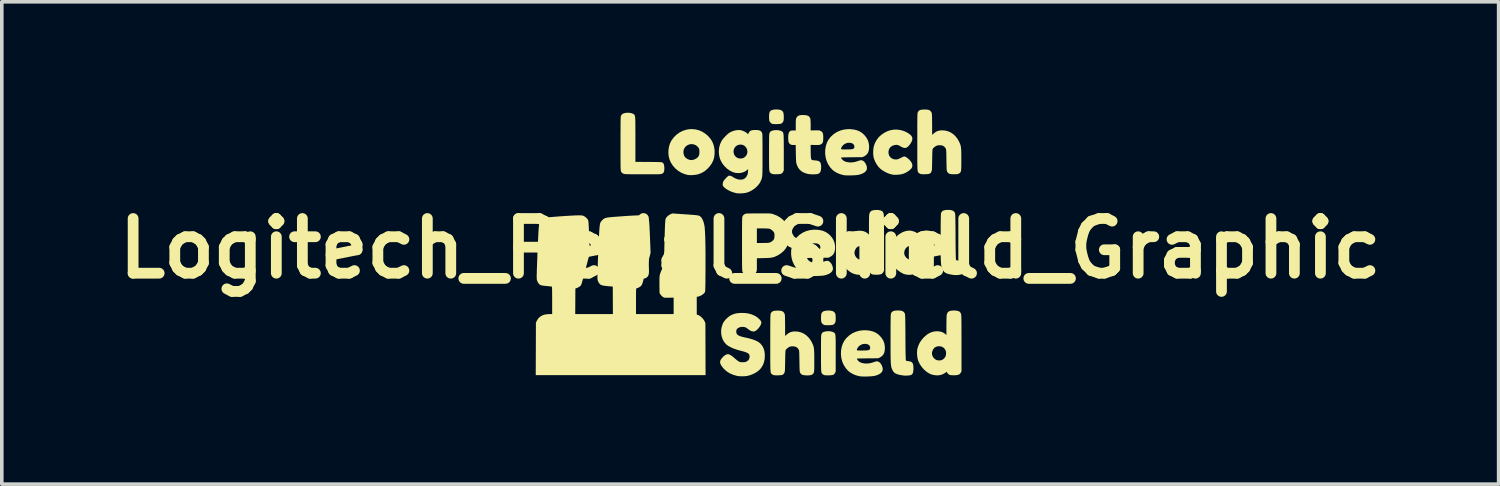
<source format=kicad_pcb>
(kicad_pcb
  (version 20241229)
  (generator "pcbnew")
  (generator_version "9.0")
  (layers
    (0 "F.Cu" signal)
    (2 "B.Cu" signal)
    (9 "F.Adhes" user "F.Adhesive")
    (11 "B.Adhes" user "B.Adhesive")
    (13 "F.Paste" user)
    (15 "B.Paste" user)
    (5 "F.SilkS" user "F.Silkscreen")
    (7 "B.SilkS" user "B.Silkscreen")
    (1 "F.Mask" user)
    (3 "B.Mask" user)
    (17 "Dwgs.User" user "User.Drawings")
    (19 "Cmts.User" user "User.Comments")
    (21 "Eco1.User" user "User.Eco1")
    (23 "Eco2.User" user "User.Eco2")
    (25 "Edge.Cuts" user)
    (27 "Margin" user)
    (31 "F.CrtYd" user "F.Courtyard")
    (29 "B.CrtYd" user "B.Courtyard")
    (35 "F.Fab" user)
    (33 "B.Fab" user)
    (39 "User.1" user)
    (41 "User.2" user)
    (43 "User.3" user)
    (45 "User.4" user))
  (footprint "Logitech_Pedal_Shield_Graphic"
    (layer "F.Cu")
    (at 17.86 3.875)
    (property "Reference" "Logitech_Pedal_Shield_Graphic" (at 0 0 0) (layer "F.SilkS") (effects (font (size 1.524 1.524) (thickness 0.3))))
    (attr board_only exclude_from_pos_files exclude_from_bom)
    (fp_poly (pts (xy 0.79 -3.871) (xy 0.835 -3.863) (xy 0.857 -3.855) (xy 0.887 -3.838) (xy 0.908 -3.816) (xy 0.923 -3.787) (xy 0.931 -3.749) (xy 0.935 -3.697) (xy 0.936 -3.666) (xy 0.935 -3.622) (xy 0.934 -3.59) (xy 0.93 -3.568) (xy 0.924 -3.549) (xy 0.916 -3.533) (xy 0.901 -3.508) (xy 0.883 -3.49) (xy 0.859 -3.478) (xy 0.826 -3.471) (xy 0.782 -3.467) (xy 0.741 -3.466) (xy 0.696 -3.465) (xy 0.656 -3.467) (xy 0.627 -3.47) (xy 0.614 -3.473) (xy 0.576 -3.495) (xy 0.547 -3.528) (xy 0.535 -3.555) (xy 0.53 -3.578) (xy 0.527 -3.612) (xy 0.525 -3.651) (xy 0.525 -3.676) (xy 0.527 -3.733) (xy 0.533 -3.776) (xy 0.545 -3.808) (xy 0.563 -3.832) (xy 0.589 -3.849) (xy 0.599 -3.854) (xy 0.637 -3.866) (xy 0.686 -3.873) (xy 0.739 -3.875)) (stroke (width 0) (type solid)) (fill yes) (layer "F.SilkS"))
    (fp_poly (pts (xy 2.238 1.734) (xy 2.283 1.742) (xy 2.305 1.75) (xy 2.334 1.767) (xy 2.356 1.789) (xy 2.371 1.817) (xy 2.379 1.856) (xy 2.383 1.908) (xy 2.383 1.939) (xy 2.383 1.983) (xy 2.381 2.014) (xy 2.378 2.037) (xy 2.372 2.056) (xy 2.364 2.072) (xy 2.349 2.097) (xy 2.33 2.115) (xy 2.307 2.127) (xy 2.274 2.134) (xy 2.23 2.138) (xy 2.189 2.139) (xy 2.143 2.14) (xy 2.104 2.138) (xy 2.075 2.135) (xy 2.062 2.132) (xy 2.023 2.11) (xy 1.995 2.077) (xy 1.982 2.05) (xy 1.978 2.027) (xy 1.975 1.993) (xy 1.973 1.953) (xy 1.973 1.929) (xy 1.975 1.872) (xy 1.981 1.829) (xy 1.993 1.797) (xy 2.011 1.773) (xy 2.036 1.755) (xy 2.047 1.75) (xy 2.085 1.739) (xy 2.133 1.732) (xy 2.186 1.73)) (stroke (width 0) (type solid)) (fill yes) (layer "F.SilkS"))
    (fp_poly (pts (xy 0.781 -3.296) (xy 0.833 -3.285) (xy 0.875 -3.268) (xy 0.882 -3.264) (xy 0.893 -3.257) (xy 0.902 -3.25) (xy 0.91 -3.241) (xy 0.916 -3.23) (xy 0.921 -3.215) (xy 0.926 -3.195) (xy 0.929 -3.169) (xy 0.931 -3.135) (xy 0.933 -3.092) (xy 0.934 -3.038) (xy 0.935 -2.973) (xy 0.935 -2.895) (xy 0.936 -2.804) (xy 0.936 -2.696) (xy 0.936 -2.172) (xy 0.916 -2.136) (xy 0.901 -2.111) (xy 0.883 -2.093) (xy 0.859 -2.081) (xy 0.826 -2.074) (xy 0.782 -2.07) (xy 0.741 -2.069) (xy 0.695 -2.068) (xy 0.656 -2.07) (xy 0.627 -2.073) (xy 0.614 -2.076) (xy 0.588 -2.089) (xy 0.568 -2.103) (xy 0.56 -2.111) (xy 0.552 -2.119) (xy 0.546 -2.128) (xy 0.541 -2.14) (xy 0.536 -2.156) (xy 0.533 -2.177) (xy 0.53 -2.204) (xy 0.528 -2.24) (xy 0.527 -2.284) (xy 0.526 -2.339) (xy 0.525 -2.406) (xy 0.525 -2.486) (xy 0.525 -2.58) (xy 0.525 -2.682) (xy 0.525 -2.787) (xy 0.525 -2.877) (xy 0.526 -2.953) (xy 0.526 -3.016) (xy 0.527 -3.067) (xy 0.527 -3.108) (xy 0.528 -3.141) (xy 0.53 -3.166) (xy 0.532 -3.185) (xy 0.534 -3.199) (xy 0.536 -3.209) (xy 0.539 -3.218) (xy 0.541 -3.223) (xy 0.557 -3.249) (xy 0.578 -3.267) (xy 0.607 -3.281) (xy 0.65 -3.291) (xy 0.668 -3.295) (xy 0.724 -3.299)) (stroke (width 0) (type solid)) (fill yes) (layer "F.SilkS"))
    (fp_poly (pts (xy 2.229 2.309) (xy 2.281 2.32) (xy 2.323 2.337) (xy 2.33 2.341) (xy 2.34 2.348) (xy 2.35 2.355) (xy 2.357 2.364) (xy 2.364 2.375) (xy 2.369 2.39) (xy 2.373 2.41) (xy 2.377 2.436) (xy 2.379 2.47) (xy 2.381 2.513) (xy 2.382 2.567) (xy 2.383 2.632) (xy 2.383 2.709) (xy 2.383 2.801) (xy 2.383 2.909) (xy 2.383 3.433) (xy 2.364 3.469) (xy 2.349 3.494) (xy 2.33 3.512) (xy 2.307 3.524) (xy 2.274 3.531) (xy 2.23 3.535) (xy 2.189 3.536) (xy 2.143 3.537) (xy 2.104 3.535) (xy 2.074 3.532) (xy 2.062 3.529) (xy 2.036 3.516) (xy 2.016 3.502) (xy 2.007 3.494) (xy 2 3.486) (xy 1.994 3.477) (xy 1.988 3.465) (xy 1.984 3.449) (xy 1.981 3.428) (xy 1.978 3.401) (xy 1.976 3.365) (xy 1.975 3.321) (xy 1.974 3.266) (xy 1.973 3.199) (xy 1.973 3.119) (xy 1.973 3.025) (xy 1.973 2.923) (xy 1.973 2.818) (xy 1.973 2.728) (xy 1.973 2.652) (xy 1.974 2.589) (xy 1.974 2.538) (xy 1.975 2.497) (xy 1.976 2.464) (xy 1.978 2.439) (xy 1.979 2.42) (xy 1.981 2.406) (xy 1.984 2.395) (xy 1.987 2.387) (xy 1.989 2.382) (xy 2.004 2.356) (xy 2.025 2.338) (xy 2.055 2.324) (xy 2.098 2.314) (xy 2.116 2.31) (xy 2.172 2.306)) (stroke (width 0) (type solid)) (fill yes) (layer "F.SilkS"))
    (fp_poly (pts (xy -1.53 -3.319) (xy -1.431 -3.295) (xy -1.338 -3.255) (xy -1.25 -3.199) (xy -1.168 -3.127) (xy -1.15 -3.108) (xy -1.09 -3.033) (xy -1.045 -2.951) (xy -1.014 -2.863) (xy -0.996 -2.765) (xy -0.993 -2.718) (xy -0.994 -2.617) (xy -1.008 -2.524) (xy -1.036 -2.439) (xy -1.078 -2.359) (xy -1.135 -2.281) (xy -1.19 -2.222) (xy -1.26 -2.161) (xy -1.338 -2.113) (xy -1.426 -2.076) (xy -1.46 -2.065) (xy -1.505 -2.056) (xy -1.56 -2.049) (xy -1.619 -2.044) (xy -1.676 -2.044) (xy -1.725 -2.047) (xy -1.741 -2.049) (xy -1.837 -2.075) (xy -1.929 -2.115) (xy -2.014 -2.168) (xy -2.09 -2.233) (xy -2.156 -2.308) (xy -2.21 -2.391) (xy -2.249 -2.481) (xy -2.251 -2.486) (xy -2.272 -2.572) (xy -2.281 -2.664) (xy -2.28 -2.679) (xy -1.861 -2.679) (xy -1.855 -2.628) (xy -1.836 -2.576) (xy -1.805 -2.533) (xy -1.76 -2.499) (xy -1.743 -2.49) (xy -1.685 -2.468) (xy -1.629 -2.463) (xy -1.573 -2.474) (xy -1.534 -2.49) (xy -1.485 -2.52) (xy -1.449 -2.555) (xy -1.427 -2.598) (xy -1.416 -2.65) (xy -1.416 -2.712) (xy -1.419 -2.749) (xy -1.424 -2.775) (xy -1.434 -2.796) (xy -1.445 -2.813) (xy -1.484 -2.855) (xy -1.533 -2.886) (xy -1.589 -2.904) (xy -1.647 -2.909) (xy -1.695 -2.901) (xy -1.754 -2.876) (xy -1.801 -2.84) (xy -1.835 -2.794) (xy -1.856 -2.74) (xy -1.861 -2.679) (xy -2.28 -2.679) (xy -2.277 -2.757) (xy -2.261 -2.848) (xy -2.233 -2.934) (xy -2.194 -3.011) (xy -2.191 -3.016) (xy -2.127 -3.1) (xy -2.053 -3.172) (xy -1.97 -3.232) (xy -1.88 -3.278) (xy -1.784 -3.309) (xy -1.685 -3.325) (xy -1.635 -3.327)) (stroke (width 0) (type solid)) (fill yes) (layer "F.SilkS"))
    (fp_poly (pts (xy 4.119 1.728) (xy 4.181 1.731) (xy 4.228 1.74) (xy 4.264 1.757) (xy 4.291 1.782) (xy 4.309 1.812) (xy 4.311 1.819) (xy 4.313 1.829) (xy 4.315 1.843) (xy 4.317 1.863) (xy 4.319 1.889) (xy 4.32 1.922) (xy 4.321 1.965) (xy 4.322 2.017) (xy 4.323 2.08) (xy 4.324 2.156) (xy 4.325 2.244) (xy 4.326 2.348) (xy 4.326 2.467) (xy 4.326 2.478) (xy 4.327 2.603) (xy 4.328 2.712) (xy 4.329 2.805) (xy 4.33 2.885) (xy 4.331 2.951) (xy 4.333 3.005) (xy 4.334 3.048) (xy 4.335 3.08) (xy 4.337 3.103) (xy 4.339 3.118) (xy 4.341 3.125) (xy 4.341 3.126) (xy 4.355 3.132) (xy 4.38 3.137) (xy 4.411 3.142) (xy 4.412 3.142) (xy 4.459 3.149) (xy 4.494 3.164) (xy 4.52 3.187) (xy 4.537 3.221) (xy 4.546 3.266) (xy 4.549 3.326) (xy 4.55 3.34) (xy 4.547 3.403) (xy 4.54 3.451) (xy 4.527 3.487) (xy 4.507 3.512) (xy 4.483 3.527) (xy 4.458 3.534) (xy 4.421 3.539) (xy 4.379 3.543) (xy 4.335 3.545) (xy 4.297 3.543) (xy 4.284 3.542) (xy 4.203 3.531) (xy 4.137 3.517) (xy 4.084 3.5) (xy 4.041 3.479) (xy 4.008 3.453) (xy 3.982 3.421) (xy 3.96 3.382) (xy 3.96 3.38) (xy 3.951 3.361) (xy 3.944 3.342) (xy 3.938 3.323) (xy 3.932 3.302) (xy 3.928 3.277) (xy 3.924 3.248) (xy 3.921 3.214) (xy 3.918 3.173) (xy 3.916 3.124) (xy 3.914 3.067) (xy 3.913 2.998) (xy 3.912 2.919) (xy 3.912 2.827) (xy 3.912 2.721) (xy 3.912 2.6) (xy 3.912 2.517) (xy 3.912 2.383) (xy 3.912 2.265) (xy 3.912 2.163) (xy 3.913 2.076) (xy 3.914 2.003) (xy 3.915 1.943) (xy 3.916 1.895) (xy 3.917 1.86) (xy 3.919 1.835) (xy 3.921 1.821) (xy 3.922 1.819) (xy 3.938 1.784) (xy 3.963 1.759) (xy 4 1.741) (xy 4.049 1.731) (xy 4.113 1.728)) (stroke (width 0) (type solid)) (fill yes) (layer "F.SilkS"))
    (fp_poly (pts (xy 4.162 -3.305) (xy 4.247 -3.285) (xy 4.329 -3.254) (xy 4.403 -3.214) (xy 4.466 -3.166) (xy 4.482 -3.151) (xy 4.509 -3.113) (xy 4.52 -3.071) (xy 4.516 -3.024) (xy 4.496 -2.971) (xy 4.461 -2.913) (xy 4.458 -2.908) (xy 4.418 -2.858) (xy 4.381 -2.824) (xy 4.344 -2.805) (xy 4.304 -2.801) (xy 4.259 -2.811) (xy 4.207 -2.835) (xy 4.179 -2.852) (xy 4.147 -2.87) (xy 4.122 -2.881) (xy 4.1 -2.886) (xy 4.072 -2.887) (xy 4.067 -2.887) (xy 4.012 -2.88) (xy 3.96 -2.86) (xy 3.915 -2.83) (xy 3.884 -2.793) (xy 3.862 -2.743) (xy 3.853 -2.689) (xy 3.858 -2.635) (xy 3.875 -2.585) (xy 3.9 -2.548) (xy 3.942 -2.512) (xy 3.99 -2.489) (xy 4.046 -2.481) (xy 4.057 -2.481) (xy 4.084 -2.481) (xy 4.106 -2.485) (xy 4.13 -2.492) (xy 4.158 -2.505) (xy 4.195 -2.523) (xy 4.23 -2.54) (xy 4.26 -2.554) (xy 4.282 -2.563) (xy 4.292 -2.565) (xy 4.321 -2.558) (xy 4.356 -2.539) (xy 4.394 -2.511) (xy 4.432 -2.477) (xy 4.466 -2.439) (xy 4.493 -2.4) (xy 4.501 -2.386) (xy 4.518 -2.337) (xy 4.519 -2.29) (xy 4.503 -2.247) (xy 4.49 -2.229) (xy 4.446 -2.184) (xy 4.39 -2.143) (xy 4.326 -2.107) (xy 4.258 -2.079) (xy 4.229 -2.071) (xy 4.188 -2.063) (xy 4.137 -2.057) (xy 4.082 -2.053) (xy 4.029 -2.053) (xy 3.983 -2.055) (xy 3.965 -2.058) (xy 3.89 -2.077) (xy 3.811 -2.108) (xy 3.733 -2.148) (xy 3.662 -2.194) (xy 3.621 -2.227) (xy 3.568 -2.283) (xy 3.52 -2.351) (xy 3.479 -2.427) (xy 3.449 -2.506) (xy 3.44 -2.538) (xy 3.431 -2.596) (xy 3.427 -2.664) (xy 3.429 -2.734) (xy 3.436 -2.801) (xy 3.445 -2.847) (xy 3.479 -2.942) (xy 3.527 -3.029) (xy 3.588 -3.107) (xy 3.662 -3.173) (xy 3.684 -3.189) (xy 3.76 -3.237) (xy 3.833 -3.271) (xy 3.907 -3.295) (xy 3.989 -3.31) (xy 3.992 -3.31) (xy 4.075 -3.314)) (stroke (width 0) (type solid)) (fill yes) (layer "F.SilkS"))
    (fp_poly (pts (xy 5.516 -1.075) (xy 5.578 -1.072) (xy 5.625 -1.062) (xy 5.661 -1.045) (xy 5.688 -1.02) (xy 5.706 -0.991) (xy 5.708 -0.983) (xy 5.71 -0.973) (xy 5.712 -0.959) (xy 5.714 -0.94) (xy 5.716 -0.914) (xy 5.717 -0.88) (xy 5.718 -0.838) (xy 5.719 -0.786) (xy 5.72 -0.722) (xy 5.721 -0.647) (xy 5.722 -0.558) (xy 5.723 -0.455) (xy 5.723 -0.336) (xy 5.723 -0.324) (xy 5.724 -0.2) (xy 5.725 -0.091) (xy 5.726 0.003) (xy 5.727 0.082) (xy 5.728 0.148) (xy 5.73 0.203) (xy 5.731 0.245) (xy 5.732 0.278) (xy 5.734 0.301) (xy 5.736 0.315) (xy 5.738 0.323) (xy 5.738 0.323) (xy 5.752 0.329) (xy 5.777 0.335) (xy 5.808 0.339) (xy 5.809 0.339) (xy 5.856 0.347) (xy 5.891 0.361) (xy 5.917 0.384) (xy 5.934 0.418) (xy 5.943 0.464) (xy 5.946 0.524) (xy 5.947 0.538) (xy 5.944 0.6) (xy 5.937 0.649) (xy 5.924 0.684) (xy 5.904 0.709) (xy 5.88 0.725) (xy 5.855 0.731) (xy 5.818 0.737) (xy 5.776 0.741) (xy 5.732 0.742) (xy 5.694 0.741) (xy 5.681 0.74) (xy 5.6 0.728) (xy 5.534 0.714) (xy 5.481 0.698) (xy 5.438 0.677) (xy 5.405 0.651) (xy 5.379 0.618) (xy 5.357 0.579) (xy 5.357 0.578) (xy 5.348 0.559) (xy 5.341 0.54) (xy 5.335 0.521) (xy 5.329 0.499) (xy 5.325 0.475) (xy 5.321 0.446) (xy 5.318 0.412) (xy 5.315 0.371) (xy 5.313 0.322) (xy 5.311 0.264) (xy 5.31 0.196) (xy 5.309 0.116) (xy 5.309 0.024) (xy 5.309 -0.082) (xy 5.309 -0.203) (xy 5.309 -0.286) (xy 5.309 -0.42) (xy 5.309 -0.537) (xy 5.309 -0.639) (xy 5.31 -0.726) (xy 5.311 -0.8) (xy 5.312 -0.86) (xy 5.313 -0.907) (xy 5.314 -0.943) (xy 5.316 -0.967) (xy 5.318 -0.982) (xy 5.319 -0.984) (xy 5.335 -1.018) (xy 5.36 -1.044) (xy 5.397 -1.061) (xy 5.446 -1.072) (xy 5.51 -1.075)) (stroke (width 0) (type solid)) (fill yes) (layer "F.SilkS"))
    (fp_poly (pts (xy -3.335 -3.776) (xy -3.29 -3.764) (xy -3.255 -3.748) (xy -3.244 -3.74) (xy -3.236 -3.732) (xy -3.229 -3.725) (xy -3.223 -3.717) (xy -3.218 -3.707) (xy -3.214 -3.693) (xy -3.21 -3.675) (xy -3.207 -3.651) (xy -3.205 -3.621) (xy -3.203 -3.582) (xy -3.202 -3.534) (xy -3.201 -3.476) (xy -3.201 -3.407) (xy -3.201 -3.324) (xy -3.2 -3.228) (xy -3.2 -3.117) (xy -3.2 -3.04) (xy -3.2 -2.414) (xy -2.834 -2.411) (xy -2.745 -2.411) (xy -2.671 -2.41) (xy -2.612 -2.409) (xy -2.564 -2.408) (xy -2.527 -2.407) (xy -2.499 -2.406) (xy -2.479 -2.404) (xy -2.464 -2.401) (xy -2.454 -2.399) (xy -2.447 -2.395) (xy -2.444 -2.393) (xy -2.421 -2.372) (xy -2.405 -2.341) (xy -2.397 -2.3) (xy -2.393 -2.244) (xy -2.393 -2.239) (xy -2.395 -2.186) (xy -2.402 -2.146) (xy -2.415 -2.117) (xy -2.434 -2.096) (xy -2.457 -2.083) (xy -2.465 -2.079) (xy -2.475 -2.076) (xy -2.486 -2.074) (xy -2.501 -2.072) (xy -2.522 -2.07) (xy -2.548 -2.069) (xy -2.583 -2.068) (xy -2.626 -2.067) (xy -2.681 -2.067) (xy -2.747 -2.067) (xy -2.826 -2.067) (xy -2.92 -2.067) (xy -2.993 -2.067) (xy -3.109 -2.067) (xy -3.208 -2.067) (xy -3.292 -2.068) (xy -3.362 -2.069) (xy -3.417 -2.07) (xy -3.46 -2.072) (xy -3.491 -2.073) (xy -3.51 -2.075) (xy -3.518 -2.077) (xy -3.553 -2.093) (xy -3.577 -2.11) (xy -3.593 -2.133) (xy -3.599 -2.145) (xy -3.602 -2.152) (xy -3.604 -2.159) (xy -3.606 -2.169) (xy -3.608 -2.183) (xy -3.61 -2.2) (xy -3.611 -2.224) (xy -3.612 -2.253) (xy -3.613 -2.291) (xy -3.614 -2.337) (xy -3.614 -2.393) (xy -3.614 -2.46) (xy -3.615 -2.538) (xy -3.615 -2.631) (xy -3.615 -2.737) (xy -3.615 -2.858) (xy -3.615 -2.923) (xy -3.615 -3.072) (xy -3.615 -3.204) (xy -3.614 -3.32) (xy -3.614 -3.42) (xy -3.613 -3.504) (xy -3.612 -3.572) (xy -3.611 -3.624) (xy -3.609 -3.661) (xy -3.607 -3.683) (xy -3.606 -3.689) (xy -3.587 -3.724) (xy -3.557 -3.751) (xy -3.517 -3.769) (xy -3.463 -3.779) (xy -3.439 -3.782) (xy -3.386 -3.782)) (stroke (width 0) (type solid)) (fill yes) (layer "F.SilkS"))
    (fp_poly (pts (xy 1.54 -3.716) (xy 1.592 -3.705) (xy 1.632 -3.685) (xy 1.659 -3.656) (xy 1.676 -3.619) (xy 1.679 -3.599) (xy 1.681 -3.567) (xy 1.683 -3.524) (xy 1.685 -3.475) (xy 1.685 -3.437) (xy 1.685 -3.289) (xy 1.806 -3.292) (xy 1.854 -3.293) (xy 1.889 -3.292) (xy 1.914 -3.291) (xy 1.933 -3.288) (xy 1.948 -3.282) (xy 1.964 -3.275) (xy 1.991 -3.258) (xy 2.011 -3.238) (xy 2.024 -3.212) (xy 2.032 -3.177) (xy 2.036 -3.129) (xy 2.036 -3.086) (xy 2.035 -3.029) (xy 2.03 -2.986) (xy 2.021 -2.954) (xy 2.007 -2.93) (xy 1.986 -2.912) (xy 1.969 -2.902) (xy 1.954 -2.894) (xy 1.939 -2.889) (xy 1.92 -2.886) (xy 1.894 -2.884) (xy 1.858 -2.884) (xy 1.809 -2.884) (xy 1.684 -2.886) (xy 1.686 -2.692) (xy 1.687 -2.624) (xy 1.689 -2.57) (xy 1.692 -2.53) (xy 1.697 -2.501) (xy 1.705 -2.481) (xy 1.718 -2.469) (xy 1.736 -2.462) (xy 1.761 -2.458) (xy 1.793 -2.455) (xy 1.807 -2.455) (xy 1.865 -2.448) (xy 1.908 -2.436) (xy 1.939 -2.415) (xy 1.96 -2.385) (xy 1.972 -2.343) (xy 1.977 -2.288) (xy 1.977 -2.265) (xy 1.974 -2.205) (xy 1.965 -2.158) (xy 1.949 -2.124) (xy 1.926 -2.098) (xy 1.902 -2.083) (xy 1.872 -2.074) (xy 1.829 -2.068) (xy 1.778 -2.065) (xy 1.723 -2.066) (xy 1.667 -2.069) (xy 1.615 -2.076) (xy 1.583 -2.083) (xy 1.503 -2.11) (xy 1.437 -2.145) (xy 1.383 -2.19) (xy 1.34 -2.246) (xy 1.306 -2.316) (xy 1.289 -2.365) (xy 1.285 -2.384) (xy 1.281 -2.411) (xy 1.278 -2.448) (xy 1.276 -2.496) (xy 1.274 -2.558) (xy 1.273 -2.634) (xy 1.272 -2.647) (xy 1.268 -2.885) (xy 1.206 -2.884) (xy 1.163 -2.886) (xy 1.132 -2.894) (xy 1.106 -2.911) (xy 1.081 -2.94) (xy 1.08 -2.941) (xy 1.071 -2.963) (xy 1.064 -2.997) (xy 1.06 -3.039) (xy 1.059 -3.086) (xy 1.06 -3.133) (xy 1.064 -3.175) (xy 1.072 -3.209) (xy 1.073 -3.212) (xy 1.089 -3.247) (xy 1.109 -3.269) (xy 1.136 -3.283) (xy 1.175 -3.289) (xy 1.203 -3.289) (xy 1.27 -3.289) (xy 1.27 -3.446) (xy 1.27 -3.503) (xy 1.271 -3.547) (xy 1.273 -3.579) (xy 1.276 -3.602) (xy 1.28 -3.62) (xy 1.285 -3.635) (xy 1.286 -3.636) (xy 1.305 -3.669) (xy 1.331 -3.693) (xy 1.365 -3.708) (xy 1.411 -3.717) (xy 1.47 -3.72) (xy 1.473 -3.72)) (stroke (width 0) (type solid)) (fill yes) (layer "F.SilkS"))
    (fp_poly (pts (xy 1.846 -0.522) (xy 1.943 -0.512) (xy 2.029 -0.491) (xy 2.104 -0.458) (xy 2.172 -0.414) (xy 2.223 -0.369) (xy 2.282 -0.3) (xy 2.324 -0.227) (xy 2.352 -0.148) (xy 2.365 -0.063) (xy 2.366 -0.03) (xy 2.361 0.046) (xy 2.345 0.109) (xy 2.318 0.161) (xy 2.278 0.203) (xy 2.229 0.234) (xy 2.18 0.258) (xy 1.882 0.261) (xy 1.813 0.262) (xy 1.749 0.262) (xy 1.693 0.264) (xy 1.647 0.265) (xy 1.612 0.266) (xy 1.59 0.268) (xy 1.583 0.269) (xy 1.589 0.285) (xy 1.604 0.307) (xy 1.623 0.33) (xy 1.644 0.35) (xy 1.646 0.351) (xy 1.694 0.378) (xy 1.753 0.396) (xy 1.82 0.404) (xy 1.891 0.403) (xy 1.965 0.393) (xy 2.037 0.372) (xy 2.039 0.372) (xy 2.083 0.356) (xy 2.116 0.347) (xy 2.141 0.343) (xy 2.162 0.345) (xy 2.183 0.352) (xy 2.189 0.355) (xy 2.222 0.378) (xy 2.253 0.413) (xy 2.279 0.457) (xy 2.297 0.504) (xy 2.306 0.551) (xy 2.303 0.593) (xy 2.302 0.595) (xy 2.282 0.638) (xy 2.246 0.676) (xy 2.195 0.708) (xy 2.13 0.734) (xy 2.074 0.749) (xy 2.033 0.756) (xy 1.98 0.761) (xy 1.92 0.765) (xy 1.856 0.767) (xy 1.794 0.767) (xy 1.736 0.766) (xy 1.687 0.763) (xy 1.655 0.758) (xy 1.554 0.731) (xy 1.463 0.693) (xy 1.383 0.643) (xy 1.344 0.61) (xy 1.277 0.537) (xy 1.222 0.453) (xy 1.181 0.362) (xy 1.153 0.264) (xy 1.14 0.161) (xy 1.142 0.057) (xy 1.143 0.045) (xy 1.147 0.024) (xy 1.583 0.024) (xy 1.584 0.031) (xy 1.587 0.036) (xy 1.595 0.039) (xy 1.611 0.041) (xy 1.636 0.042) (xy 1.674 0.042) (xy 1.725 0.042) (xy 1.775 0.042) (xy 1.822 0.04) (xy 1.861 0.038) (xy 1.89 0.036) (xy 1.901 0.034) (xy 1.932 0.022) (xy 1.95 0.001) (xy 1.956 -0.029) (xy 1.956 -0.032) (xy 1.949 -0.073) (xy 1.927 -0.105) (xy 1.893 -0.128) (xy 1.846 -0.141) (xy 1.808 -0.144) (xy 1.759 -0.14) (xy 1.715 -0.125) (xy 1.67 -0.099) (xy 1.653 -0.086) (xy 1.629 -0.064) (xy 1.608 -0.035) (xy 1.591 -0.005) (xy 1.583 0.02) (xy 1.583 0.024) (xy 1.147 0.024) (xy 1.16 -0.053) (xy 1.188 -0.141) (xy 1.228 -0.219) (xy 1.281 -0.291) (xy 1.299 -0.311) (xy 1.377 -0.383) (xy 1.464 -0.44) (xy 1.558 -0.483) (xy 1.66 -0.51) (xy 1.768 -0.523)) (stroke (width 0) (type solid)) (fill yes) (layer "F.SilkS"))
    (fp_poly (pts (xy 2.794 -3.325) (xy 2.892 -3.314) (xy 2.977 -3.293) (xy 3.053 -3.261) (xy 3.12 -3.217) (xy 3.171 -3.172) (xy 3.23 -3.102) (xy 3.273 -3.029) (xy 3.3 -2.951) (xy 3.313 -2.865) (xy 3.314 -2.832) (xy 3.309 -2.756) (xy 3.293 -2.693) (xy 3.266 -2.641) (xy 3.227 -2.599) (xy 3.177 -2.568) (xy 3.128 -2.544) (xy 2.83 -2.542) (xy 2.761 -2.541) (xy 2.697 -2.54) (xy 2.641 -2.539) (xy 2.595 -2.537) (xy 2.56 -2.536) (xy 2.538 -2.535) (xy 2.532 -2.533) (xy 2.537 -2.517) (xy 2.552 -2.495) (xy 2.572 -2.472) (xy 2.593 -2.452) (xy 2.594 -2.451) (xy 2.642 -2.424) (xy 2.701 -2.407) (xy 2.768 -2.398) (xy 2.84 -2.399) (xy 2.913 -2.41) (xy 2.985 -2.43) (xy 2.987 -2.431) (xy 3.031 -2.446) (xy 3.064 -2.456) (xy 3.089 -2.459) (xy 3.11 -2.457) (xy 3.131 -2.45) (xy 3.137 -2.448) (xy 3.171 -2.425) (xy 3.201 -2.389) (xy 3.227 -2.345) (xy 3.245 -2.298) (xy 3.254 -2.251) (xy 3.251 -2.21) (xy 3.251 -2.208) (xy 3.23 -2.164) (xy 3.194 -2.126) (xy 3.144 -2.094) (xy 3.078 -2.068) (xy 3.023 -2.053) (xy 2.981 -2.047) (xy 2.929 -2.041) (xy 2.868 -2.038) (xy 2.805 -2.036) (xy 2.742 -2.035) (xy 2.684 -2.037) (xy 2.635 -2.04) (xy 2.603 -2.044) (xy 2.502 -2.071) (xy 2.411 -2.11) (xy 2.332 -2.159) (xy 2.292 -2.192) (xy 2.225 -2.266) (xy 2.171 -2.349) (xy 2.129 -2.441) (xy 2.102 -2.539) (xy 2.089 -2.641) (xy 2.091 -2.746) (xy 2.092 -2.757) (xy 2.095 -2.778) (xy 2.532 -2.778) (xy 2.532 -2.772) (xy 2.535 -2.767) (xy 2.543 -2.764) (xy 2.559 -2.762) (xy 2.584 -2.761) (xy 2.622 -2.76) (xy 2.673 -2.76) (xy 2.723 -2.761) (xy 2.77 -2.762) (xy 2.81 -2.764) (xy 2.838 -2.767) (xy 2.849 -2.768) (xy 2.88 -2.781) (xy 2.898 -2.801) (xy 2.904 -2.832) (xy 2.904 -2.834) (xy 2.897 -2.875) (xy 2.875 -2.908) (xy 2.841 -2.931) (xy 2.795 -2.944) (xy 2.756 -2.946) (xy 2.708 -2.942) (xy 2.664 -2.928) (xy 2.619 -2.902) (xy 2.601 -2.889) (xy 2.578 -2.866) (xy 2.556 -2.837) (xy 2.539 -2.807) (xy 2.532 -2.782) (xy 2.532 -2.778) (xy 2.095 -2.778) (xy 2.109 -2.856) (xy 2.136 -2.943) (xy 2.176 -3.022) (xy 2.229 -3.094) (xy 2.247 -3.114) (xy 2.325 -3.186) (xy 2.412 -3.243) (xy 2.507 -3.285) (xy 2.608 -3.313) (xy 2.717 -3.325)) (stroke (width 0) (type solid)) (fill yes) (layer "F.SilkS"))
    (fp_poly (pts (xy 3.234 2.28) (xy 3.332 2.291) (xy 3.417 2.312) (xy 3.493 2.344) (xy 3.561 2.388) (xy 3.611 2.433) (xy 3.67 2.503) (xy 3.713 2.576) (xy 3.74 2.654) (xy 3.753 2.739) (xy 3.754 2.773) (xy 3.749 2.848) (xy 3.734 2.912) (xy 3.706 2.964) (xy 3.667 3.005) (xy 3.617 3.037) (xy 3.569 3.061) (xy 3.27 3.063) (xy 3.201 3.064) (xy 3.138 3.065) (xy 3.082 3.066) (xy 3.035 3.067) (xy 3 3.069) (xy 2.978 3.07) (xy 2.972 3.072) (xy 2.978 3.088) (xy 2.992 3.11) (xy 3.012 3.133) (xy 3.033 3.152) (xy 3.034 3.154) (xy 3.082 3.181) (xy 3.141 3.198) (xy 3.208 3.207) (xy 3.28 3.206) (xy 3.353 3.195) (xy 3.425 3.175) (xy 3.427 3.174) (xy 3.472 3.159) (xy 3.504 3.149) (xy 3.529 3.146) (xy 3.55 3.148) (xy 3.571 3.155) (xy 3.577 3.157) (xy 3.611 3.18) (xy 3.642 3.216) (xy 3.667 3.26) (xy 3.685 3.307) (xy 3.694 3.354) (xy 3.691 3.395) (xy 3.691 3.397) (xy 3.671 3.441) (xy 3.635 3.479) (xy 3.584 3.511) (xy 3.519 3.537) (xy 3.463 3.552) (xy 3.422 3.558) (xy 3.369 3.563) (xy 3.309 3.567) (xy 3.245 3.569) (xy 3.182 3.57) (xy 3.124 3.568) (xy 3.075 3.565) (xy 3.044 3.561) (xy 2.942 3.534) (xy 2.851 3.495) (xy 2.772 3.446) (xy 2.732 3.413) (xy 2.665 3.339) (xy 2.611 3.256) (xy 2.569 3.164) (xy 2.542 3.066) (xy 2.529 2.964) (xy 2.531 2.859) (xy 2.532 2.848) (xy 2.536 2.826) (xy 2.972 2.826) (xy 2.972 2.833) (xy 2.975 2.838) (xy 2.984 2.841) (xy 2.999 2.843) (xy 3.025 2.844) (xy 3.062 2.845) (xy 3.114 2.845) (xy 3.164 2.844) (xy 3.21 2.843) (xy 3.25 2.841) (xy 3.278 2.838) (xy 3.289 2.837) (xy 3.321 2.824) (xy 3.338 2.804) (xy 3.344 2.773) (xy 3.344 2.771) (xy 3.337 2.73) (xy 3.316 2.697) (xy 3.281 2.674) (xy 3.235 2.661) (xy 3.196 2.659) (xy 3.148 2.663) (xy 3.104 2.677) (xy 3.059 2.703) (xy 3.041 2.716) (xy 3.018 2.739) (xy 2.996 2.768) (xy 2.98 2.798) (xy 2.972 2.823) (xy 2.972 2.826) (xy 2.536 2.826) (xy 2.549 2.749) (xy 2.577 2.662) (xy 2.616 2.583) (xy 2.669 2.511) (xy 2.687 2.491) (xy 2.766 2.419) (xy 2.852 2.362) (xy 2.947 2.32) (xy 3.049 2.292) (xy 3.157 2.28)) (stroke (width 0) (type solid)) (fill yes) (layer "F.SilkS"))
    (fp_poly (pts (xy 4.968 -0.496) (xy 5.019 -0.486) (xy 5.058 -0.469) (xy 5.071 -0.46) (xy 5.082 -0.451) (xy 5.09 -0.442) (xy 5.098 -0.431) (xy 5.104 -0.418) (xy 5.109 -0.4) (xy 5.113 -0.377) (xy 5.116 -0.347) (xy 5.119 -0.309) (xy 5.12 -0.262) (xy 5.121 -0.204) (xy 5.121 -0.134) (xy 5.121 -0.051) (xy 5.121 0.047) (xy 5.12 0.136) (xy 5.12 0.24) (xy 5.119 0.329) (xy 5.119 0.403) (xy 5.118 0.464) (xy 5.118 0.514) (xy 5.117 0.554) (xy 5.115 0.585) (xy 5.114 0.609) (xy 5.112 0.627) (xy 5.11 0.64) (xy 5.107 0.65) (xy 5.104 0.658) (xy 5.101 0.664) (xy 5.083 0.691) (xy 5.06 0.71) (xy 5.029 0.723) (xy 4.988 0.73) (xy 4.934 0.732) (xy 4.923 0.732) (xy 4.877 0.731) (xy 4.837 0.728) (xy 4.808 0.724) (xy 4.799 0.721) (xy 4.773 0.707) (xy 4.747 0.686) (xy 4.727 0.662) (xy 4.717 0.639) (xy 4.716 0.634) (xy 4.714 0.625) (xy 4.708 0.626) (xy 4.695 0.636) (xy 4.678 0.651) (xy 4.624 0.69) (xy 4.56 0.717) (xy 4.489 0.732) (xy 4.413 0.736) (xy 4.336 0.726) (xy 4.323 0.723) (xy 4.259 0.701) (xy 4.192 0.664) (xy 4.125 0.617) (xy 4.062 0.562) (xy 4.006 0.5) (xy 3.975 0.457) (xy 3.928 0.372) (xy 3.896 0.281) (xy 3.878 0.186) (xy 3.876 0.122) (xy 4.293 0.122) (xy 4.297 0.169) (xy 4.314 0.21) (xy 4.343 0.249) (xy 4.346 0.253) (xy 4.392 0.291) (xy 4.443 0.313) (xy 4.497 0.319) (xy 4.553 0.309) (xy 4.584 0.296) (xy 4.612 0.276) (xy 4.635 0.253) (xy 4.67 0.204) (xy 4.688 0.153) (xy 4.689 0.1) (xy 4.674 0.045) (xy 4.67 0.038) (xy 4.64 -0.013) (xy 4.602 -0.049) (xy 4.555 -0.072) (xy 4.52 -0.08) (xy 4.465 -0.081) (xy 4.415 -0.066) (xy 4.37 -0.039) (xy 4.333 -0.001) (xy 4.307 0.046) (xy 4.294 0.1) (xy 4.293 0.122) (xy 3.876 0.122) (xy 3.875 0.09) (xy 3.886 -0.006) (xy 3.912 -0.097) (xy 3.935 -0.148) (xy 3.981 -0.226) (xy 4.036 -0.296) (xy 4.099 -0.357) (xy 4.168 -0.409) (xy 4.241 -0.451) (xy 4.315 -0.479) (xy 4.39 -0.495) (xy 4.462 -0.496) (xy 4.488 -0.492) (xy 4.56 -0.474) (xy 4.621 -0.447) (xy 4.668 -0.414) (xy 4.707 -0.38) (xy 4.716 -0.404) (xy 4.74 -0.442) (xy 4.776 -0.471) (xy 4.826 -0.49) (xy 4.886 -0.499) (xy 4.908 -0.5)) (stroke (width 0) (type solid)) (fill yes) (layer "F.SilkS"))
    (fp_poly (pts (xy 3.587 -1.069) (xy 3.632 -1.059) (xy 3.667 -1.046) (xy 3.676 -1.04) (xy 3.693 -1.023) (xy 3.708 -0.997) (xy 3.714 -0.984) (xy 3.717 -0.977) (xy 3.719 -0.968) (xy 3.721 -0.957) (xy 3.723 -0.942) (xy 3.724 -0.923) (xy 3.726 -0.898) (xy 3.727 -0.867) (xy 3.727 -0.828) (xy 3.728 -0.78) (xy 3.729 -0.722) (xy 3.729 -0.654) (xy 3.729 -0.573) (xy 3.729 -0.48) (xy 3.73 -0.372) (xy 3.73 -0.249) (xy 3.73 -0.161) (xy 3.73 0.622) (xy 3.71 0.659) (xy 3.691 0.687) (xy 3.667 0.707) (xy 3.635 0.721) (xy 3.592 0.729) (xy 3.536 0.732) (xy 3.514 0.732) (xy 3.46 0.731) (xy 3.419 0.726) (xy 3.388 0.717) (xy 3.365 0.701) (xy 3.345 0.678) (xy 3.337 0.667) (xy 3.317 0.636) (xy 3.264 0.673) (xy 3.197 0.708) (xy 3.124 0.729) (xy 3.045 0.735) (xy 2.963 0.727) (xy 2.932 0.72) (xy 2.889 0.707) (xy 2.854 0.694) (xy 2.82 0.676) (xy 2.781 0.651) (xy 2.763 0.639) (xy 2.689 0.577) (xy 2.623 0.503) (xy 2.568 0.422) (xy 2.527 0.336) (xy 2.517 0.309) (xy 2.501 0.241) (xy 2.492 0.164) (xy 2.491 0.104) (xy 2.907 0.104) (xy 2.909 0.156) (xy 2.927 0.206) (xy 2.957 0.251) (xy 2.978 0.271) (xy 3.017 0.299) (xy 3.056 0.314) (xy 3.101 0.319) (xy 3.123 0.318) (xy 3.16 0.314) (xy 3.187 0.305) (xy 3.212 0.291) (xy 3.256 0.252) (xy 3.284 0.209) (xy 3.298 0.158) (xy 3.3 0.137) (xy 3.299 0.085) (xy 3.288 0.041) (xy 3.263 -0.001) (xy 3.255 -0.012) (xy 3.221 -0.044) (xy 3.177 -0.065) (xy 3.128 -0.076) (xy 3.077 -0.075) (xy 3.028 -0.064) (xy 2.985 -0.041) (xy 2.973 -0.031) (xy 2.941 0.008) (xy 2.918 0.057) (xy 2.907 0.104) (xy 2.491 0.104) (xy 2.491 0.085) (xy 2.497 0.012) (xy 2.501 -0.008) (xy 2.528 -0.095) (xy 2.569 -0.18) (xy 2.623 -0.261) (xy 2.688 -0.334) (xy 2.762 -0.397) (xy 2.809 -0.429) (xy 2.878 -0.462) (xy 2.95 -0.484) (xy 3.024 -0.494) (xy 3.096 -0.492) (xy 3.164 -0.479) (xy 3.225 -0.454) (xy 3.272 -0.422) (xy 3.31 -0.388) (xy 3.31 -0.658) (xy 3.311 -0.738) (xy 3.311 -0.803) (xy 3.312 -0.855) (xy 3.314 -0.896) (xy 3.316 -0.926) (xy 3.318 -0.949) (xy 3.322 -0.967) (xy 3.323 -0.971) (xy 3.338 -1.007) (xy 3.359 -1.034) (xy 3.388 -1.053) (xy 3.429 -1.065) (xy 3.484 -1.072) (xy 3.485 -1.072) (xy 3.536 -1.074)) (stroke (width 0) (type solid)) (fill yes) (layer "F.SilkS"))
    (fp_poly (pts (xy 5.746 1.734) (xy 5.791 1.743) (xy 5.826 1.757) (xy 5.835 1.762) (xy 5.852 1.78) (xy 5.867 1.806) (xy 5.873 1.818) (xy 5.876 1.826) (xy 5.878 1.835) (xy 5.88 1.846) (xy 5.882 1.861) (xy 5.883 1.88) (xy 5.885 1.904) (xy 5.886 1.936) (xy 5.886 1.975) (xy 5.887 2.023) (xy 5.888 2.08) (xy 5.888 2.149) (xy 5.888 2.229) (xy 5.888 2.323) (xy 5.889 2.43) (xy 5.889 2.553) (xy 5.889 2.642) (xy 5.889 3.425) (xy 5.869 3.461) (xy 5.85 3.489) (xy 5.826 3.51) (xy 5.794 3.523) (xy 5.751 3.531) (xy 5.695 3.535) (xy 5.673 3.535) (xy 5.619 3.533) (xy 5.578 3.529) (xy 5.547 3.519) (xy 5.524 3.503) (xy 5.504 3.481) (xy 5.496 3.47) (xy 5.476 3.439) (xy 5.423 3.475) (xy 5.356 3.511) (xy 5.283 3.532) (xy 5.204 3.538) (xy 5.122 3.529) (xy 5.091 3.522) (xy 5.048 3.51) (xy 5.013 3.496) (xy 4.979 3.478) (xy 4.94 3.454) (xy 4.922 3.441) (xy 4.848 3.379) (xy 4.782 3.306) (xy 4.727 3.224) (xy 4.686 3.138) (xy 4.676 3.111) (xy 4.66 3.043) (xy 4.651 2.966) (xy 4.65 2.907) (xy 5.066 2.907) (xy 5.068 2.958) (xy 5.086 3.008) (xy 5.116 3.053) (xy 5.137 3.074) (xy 5.176 3.102) (xy 5.215 3.117) (xy 5.26 3.121) (xy 5.282 3.121) (xy 5.319 3.117) (xy 5.346 3.108) (xy 5.371 3.093) (xy 5.415 3.055) (xy 5.443 3.011) (xy 5.457 2.961) (xy 5.459 2.939) (xy 5.458 2.888) (xy 5.447 2.844) (xy 5.422 2.801) (xy 5.414 2.79) (xy 5.38 2.759) (xy 5.336 2.737) (xy 5.287 2.727) (xy 5.236 2.727) (xy 5.187 2.738) (xy 5.144 2.761) (xy 5.132 2.771) (xy 5.1 2.811) (xy 5.077 2.859) (xy 5.066 2.907) (xy 4.65 2.907) (xy 4.65 2.887) (xy 4.656 2.814) (xy 4.66 2.794) (xy 4.687 2.707) (xy 4.728 2.622) (xy 4.782 2.542) (xy 4.847 2.469) (xy 4.921 2.406) (xy 4.968 2.374) (xy 5.037 2.34) (xy 5.109 2.318) (xy 5.183 2.308) (xy 5.255 2.31) (xy 5.323 2.323) (xy 5.384 2.348) (xy 5.431 2.38) (xy 5.469 2.414) (xy 5.469 2.144) (xy 5.47 2.064) (xy 5.47 1.999) (xy 5.471 1.947) (xy 5.473 1.907) (xy 5.475 1.876) (xy 5.477 1.853) (xy 5.481 1.836) (xy 5.482 1.832) (xy 5.497 1.795) (xy 5.518 1.768) (xy 5.547 1.749) (xy 5.588 1.737) (xy 5.643 1.73) (xy 5.644 1.73) (xy 5.695 1.729)) (stroke (width 0) (type solid)) (fill yes) (layer "F.SilkS"))
    (fp_poly (pts (xy 0.325 -0.978) (xy 0.394 -0.978) (xy 0.449 -0.977) (xy 0.493 -0.977) (xy 0.528 -0.976) (xy 0.555 -0.974) (xy 0.576 -0.972) (xy 0.594 -0.969) (xy 0.61 -0.965) (xy 0.625 -0.961) (xy 0.635 -0.958) (xy 0.739 -0.918) (xy 0.831 -0.866) (xy 0.91 -0.803) (xy 0.977 -0.729) (xy 1.031 -0.644) (xy 1.071 -0.549) (xy 1.077 -0.533) (xy 1.089 -0.476) (xy 1.096 -0.409) (xy 1.098 -0.337) (xy 1.093 -0.267) (xy 1.083 -0.204) (xy 1.077 -0.178) (xy 1.039 -0.082) (xy 0.988 0.004) (xy 0.924 0.079) (xy 0.846 0.143) (xy 0.755 0.199) (xy 0.748 0.202) (xy 0.708 0.221) (xy 0.671 0.236) (xy 0.634 0.247) (xy 0.594 0.255) (xy 0.548 0.261) (xy 0.492 0.265) (xy 0.424 0.268) (xy 0.379 0.269) (xy 0.186 0.273) (xy 0.186 0.448) (xy 0.186 0.507) (xy 0.186 0.552) (xy 0.185 0.585) (xy 0.183 0.61) (xy 0.18 0.628) (xy 0.176 0.642) (xy 0.17 0.655) (xy 0.167 0.66) (xy 0.149 0.688) (xy 0.126 0.709) (xy 0.096 0.722) (xy 0.055 0.73) (xy 0.001 0.734) (xy -0.008 0.734) (xy -0.048 0.734) (xy -0.083 0.733) (xy -0.109 0.731) (xy -0.119 0.729) (xy -0.163 0.711) (xy -0.193 0.687) (xy -0.212 0.658) (xy -0.215 0.651) (xy -0.217 0.643) (xy -0.22 0.633) (xy -0.221 0.62) (xy -0.223 0.602) (xy -0.224 0.579) (xy -0.225 0.55) (xy -0.226 0.513) (xy -0.227 0.467) (xy -0.227 0.411) (xy -0.228 0.345) (xy -0.228 0.266) (xy -0.228 0.174) (xy -0.228 0.068) (xy -0.228 -0.053) (xy -0.228 -0.121) (xy -0.228 -0.254) (xy -0.228 -0.372) (xy -0.228 -0.474) (xy -0.228 -0.559) (xy 0.186 -0.559) (xy 0.186 -0.152) (xy 0.349 -0.153) (xy 0.418 -0.153) (xy 0.471 -0.155) (xy 0.51 -0.158) (xy 0.536 -0.162) (xy 0.544 -0.165) (xy 0.597 -0.191) (xy 0.639 -0.226) (xy 0.653 -0.244) (xy 0.663 -0.262) (xy 0.67 -0.283) (xy 0.674 -0.311) (xy 0.676 -0.346) (xy 0.676 -0.384) (xy 0.674 -0.41) (xy 0.669 -0.43) (xy 0.66 -0.449) (xy 0.659 -0.453) (xy 0.632 -0.487) (xy 0.596 -0.518) (xy 0.556 -0.542) (xy 0.535 -0.55) (xy 0.517 -0.553) (xy 0.485 -0.555) (xy 0.442 -0.557) (xy 0.393 -0.558) (xy 0.345 -0.559) (xy 0.186 -0.559) (xy -0.228 -0.559) (xy -0.228 -0.562) (xy -0.227 -0.638) (xy -0.227 -0.701) (xy -0.226 -0.754) (xy -0.225 -0.796) (xy -0.224 -0.83) (xy -0.222 -0.855) (xy -0.221 -0.873) (xy -0.219 -0.885) (xy -0.217 -0.892) (xy -0.195 -0.926) (xy -0.162 -0.953) (xy -0.124 -0.97) (xy -0.12 -0.971) (xy -0.105 -0.973) (xy -0.075 -0.974) (xy -0.032 -0.975) (xy 0.022 -0.976) (xy 0.085 -0.977) (xy 0.154 -0.978) (xy 0.228 -0.978) (xy 0.241 -0.978)) (stroke (width 0) (type solid)) (fill yes) (layer "F.SilkS"))
    (fp_poly (pts (xy -0.155 1.799) (xy -0.05 1.813) (xy 0.046 1.84) (xy 0.133 1.879) (xy 0.209 1.929) (xy 0.27 1.987) (xy 0.296 2.021) (xy 0.309 2.051) (xy 0.309 2.082) (xy 0.297 2.12) (xy 0.287 2.14) (xy 0.262 2.183) (xy 0.231 2.224) (xy 0.196 2.261) (xy 0.161 2.29) (xy 0.13 2.308) (xy 0.122 2.311) (xy 0.079 2.314) (xy 0.032 2.303) (xy -0.015 2.28) (xy -0.033 2.267) (xy -0.07 2.239) (xy -0.096 2.22) (xy -0.116 2.207) (xy -0.132 2.199) (xy -0.148 2.194) (xy -0.151 2.193) (xy -0.203 2.185) (xy -0.256 2.188) (xy -0.305 2.201) (xy -0.346 2.223) (xy -0.363 2.24) (xy -0.38 2.262) (xy -0.387 2.283) (xy -0.389 2.312) (xy -0.389 2.314) (xy -0.386 2.35) (xy -0.375 2.38) (xy -0.355 2.405) (xy -0.323 2.426) (xy -0.28 2.445) (xy -0.222 2.463) (xy -0.15 2.48) (xy -0.147 2.48) (xy -0.042 2.504) (xy 0.049 2.529) (xy 0.125 2.555) (xy 0.188 2.584) (xy 0.239 2.614) (xy 0.28 2.648) (xy 0.291 2.658) (xy 0.338 2.718) (xy 0.372 2.783) (xy 0.394 2.855) (xy 0.406 2.936) (xy 0.407 2.989) (xy 0.402 3.085) (xy 0.384 3.172) (xy 0.354 3.25) (xy 0.309 3.324) (xy 0.29 3.348) (xy 0.239 3.401) (xy 0.174 3.449) (xy 0.099 3.491) (xy 0.018 3.525) (xy -0.068 3.55) (xy -0.077 3.552) (xy -0.126 3.559) (xy -0.186 3.563) (xy -0.249 3.563) (xy -0.31 3.56) (xy -0.362 3.553) (xy -0.372 3.551) (xy -0.479 3.52) (xy -0.576 3.477) (xy -0.662 3.421) (xy -0.737 3.353) (xy -0.776 3.306) (xy -0.811 3.255) (xy -0.832 3.21) (xy -0.84 3.171) (xy -0.835 3.133) (xy -0.817 3.095) (xy -0.797 3.067) (xy -0.75 3.014) (xy -0.703 2.976) (xy -0.659 2.953) (xy -0.62 2.946) (xy -0.586 2.953) (xy -0.544 2.974) (xy -0.494 3.009) (xy -0.439 3.055) (xy -0.439 3.056) (xy -0.405 3.085) (xy -0.371 3.113) (xy -0.341 3.135) (xy -0.324 3.147) (xy -0.302 3.159) (xy -0.281 3.166) (xy -0.257 3.17) (xy -0.223 3.171) (xy -0.211 3.171) (xy -0.172 3.17) (xy -0.144 3.167) (xy -0.12 3.16) (xy -0.097 3.149) (xy -0.057 3.121) (xy -0.031 3.084) (xy -0.018 3.038) (xy -0.017 3.013) (xy -0.02 2.983) (xy -0.028 2.957) (xy -0.045 2.935) (xy -0.071 2.916) (xy -0.109 2.898) (xy -0.159 2.88) (xy -0.223 2.862) (xy -0.258 2.853) (xy -0.369 2.822) (xy -0.464 2.789) (xy -0.544 2.754) (xy -0.611 2.717) (xy -0.665 2.676) (xy -0.682 2.66) (xy -0.733 2.597) (xy -0.771 2.525) (xy -0.797 2.445) (xy -0.81 2.362) (xy -0.81 2.276) (xy -0.796 2.191) (xy -0.769 2.108) (xy -0.752 2.072) (xy -0.718 2.02) (xy -0.673 1.968) (xy -0.621 1.919) (xy -0.567 1.879) (xy -0.533 1.86) (xy -0.478 1.835) (xy -0.425 1.818) (xy -0.369 1.806) (xy -0.305 1.8) (xy -0.267 1.797)) (stroke (width 0) (type solid)) (fill yes) (layer "F.SilkS"))
    (fp_poly (pts (xy 0.204 -3.3) (xy 0.249 -3.292) (xy 0.284 -3.278) (xy 0.309 -3.257) (xy 0.326 -3.23) (xy 0.329 -3.223) (xy 0.332 -3.215) (xy 0.335 -3.205) (xy 0.337 -3.192) (xy 0.338 -3.174) (xy 0.34 -3.151) (xy 0.341 -3.121) (xy 0.341 -3.082) (xy 0.342 -3.034) (xy 0.342 -2.975) (xy 0.343 -2.904) (xy 0.343 -2.819) (xy 0.343 -2.721) (xy 0.343 -2.612) (xy 0.343 -2.495) (xy 0.343 -2.393) (xy 0.343 -2.305) (xy 0.342 -2.231) (xy 0.341 -2.168) (xy 0.34 -2.115) (xy 0.338 -2.071) (xy 0.336 -2.035) (xy 0.333 -2.005) (xy 0.329 -1.98) (xy 0.325 -1.959) (xy 0.319 -1.939) (xy 0.312 -1.921) (xy 0.304 -1.902) (xy 0.295 -1.882) (xy 0.293 -1.877) (xy 0.254 -1.807) (xy 0.2 -1.741) (xy 0.135 -1.68) (xy 0.061 -1.627) (xy -0.019 -1.584) (xy -0.089 -1.558) (xy -0.136 -1.547) (xy -0.194 -1.539) (xy -0.257 -1.535) (xy -0.318 -1.535) (xy -0.373 -1.539) (xy -0.402 -1.545) (xy -0.489 -1.569) (xy -0.57 -1.602) (xy -0.644 -1.642) (xy -0.705 -1.685) (xy -0.716 -1.695) (xy -0.747 -1.727) (xy -0.764 -1.757) (xy -0.768 -1.789) (xy -0.762 -1.828) (xy -0.758 -1.842) (xy -0.75 -1.866) (xy -0.738 -1.888) (xy -0.72 -1.912) (xy -0.694 -1.941) (xy -0.678 -1.959) (xy -0.648 -1.989) (xy -0.627 -2.008) (xy -0.612 -2.02) (xy -0.598 -2.026) (xy -0.583 -2.028) (xy -0.574 -2.028) (xy -0.542 -2.023) (xy -0.511 -2.009) (xy -0.5 -2.001) (xy -0.427 -1.958) (xy -0.357 -1.93) (xy -0.321 -1.922) (xy -0.257 -1.917) (xy -0.201 -1.926) (xy -0.154 -1.95) (xy -0.114 -1.989) (xy -0.082 -2.043) (xy -0.078 -2.052) (xy -0.072 -2.072) (xy -0.066 -2.103) (xy -0.062 -2.139) (xy -0.062 -2.145) (xy -0.057 -2.214) (xy -0.095 -2.179) (xy -0.143 -2.146) (xy -0.202 -2.121) (xy -0.268 -2.105) (xy -0.339 -2.1) (xy -0.409 -2.106) (xy -0.416 -2.108) (xy -0.492 -2.13) (xy -0.566 -2.168) (xy -0.638 -2.218) (xy -0.703 -2.278) (xy -0.761 -2.347) (xy -0.808 -2.422) (xy -0.843 -2.5) (xy -0.85 -2.523) (xy -0.87 -2.619) (xy -0.874 -2.698) (xy -0.465 -2.698) (xy -0.458 -2.644) (xy -0.435 -2.594) (xy -0.399 -2.553) (xy -0.353 -2.522) (xy -0.347 -2.52) (xy -0.308 -2.509) (xy -0.262 -2.507) (xy -0.217 -2.513) (xy -0.19 -2.522) (xy -0.144 -2.552) (xy -0.109 -2.592) (xy -0.087 -2.639) (xy -0.078 -2.692) (xy -0.083 -2.745) (xy -0.096 -2.781) (xy -0.128 -2.832) (xy -0.168 -2.868) (xy -0.217 -2.889) (xy -0.271 -2.896) (xy -0.327 -2.888) (xy -0.376 -2.866) (xy -0.416 -2.832) (xy -0.446 -2.787) (xy -0.462 -2.734) (xy -0.465 -2.698) (xy -0.874 -2.698) (xy -0.875 -2.716) (xy -0.865 -2.813) (xy -0.84 -2.907) (xy -0.8 -2.994) (xy -0.794 -3.004) (xy -0.773 -3.035) (xy -0.742 -3.072) (xy -0.705 -3.113) (xy -0.666 -3.152) (xy -0.628 -3.188) (xy -0.594 -3.216) (xy -0.573 -3.23) (xy -0.504 -3.264) (xy -0.431 -3.287) (xy -0.359 -3.299) (xy -0.292 -3.3) (xy -0.253 -3.294) (xy -0.209 -3.28) (xy -0.164 -3.261) (xy -0.123 -3.238) (xy -0.092 -3.216) (xy -0.084 -3.208) (xy -0.061 -3.184) (xy -0.041 -3.224) (xy -0.022 -3.254) (xy 0.002 -3.276) (xy 0.034 -3.291) (xy 0.076 -3.299) (xy 0.131 -3.302) (xy 0.144 -3.302)) (stroke (width 0) (type solid)) (fill yes) (layer "F.SilkS"))
    (fp_poly (pts (xy 0.822 1.734) (xy 0.868 1.741) (xy 0.903 1.755) (xy 0.93 1.776) (xy 0.95 1.805) (xy 0.95 1.805) (xy 0.955 1.815) (xy 0.959 1.825) (xy 0.963 1.837) (xy 0.965 1.853) (xy 0.967 1.875) (xy 0.969 1.904) (xy 0.97 1.942) (xy 0.97 1.991) (xy 0.971 2.054) (xy 0.972 2.131) (xy 0.972 2.141) (xy 0.974 2.44) (xy 1.017 2.4) (xy 1.068 2.36) (xy 1.122 2.333) (xy 1.183 2.318) (xy 1.232 2.313) (xy 1.324 2.317) (xy 1.41 2.337) (xy 1.491 2.372) (xy 1.565 2.422) (xy 1.63 2.485) (xy 1.687 2.562) (xy 1.724 2.629) (xy 1.739 2.662) (xy 1.752 2.693) (xy 1.762 2.722) (xy 1.77 2.754) (xy 1.776 2.789) (xy 1.78 2.83) (xy 1.783 2.878) (xy 1.785 2.937) (xy 1.786 3.007) (xy 1.786 3.092) (xy 1.786 3.125) (xy 1.786 3.209) (xy 1.786 3.279) (xy 1.785 3.335) (xy 1.784 3.379) (xy 1.781 3.414) (xy 1.778 3.44) (xy 1.773 3.46) (xy 1.766 3.475) (xy 1.758 3.486) (xy 1.748 3.497) (xy 1.743 3.502) (xy 1.717 3.52) (xy 1.683 3.531) (xy 1.639 3.537) (xy 1.581 3.538) (xy 1.566 3.538) (xy 1.51 3.534) (xy 1.468 3.527) (xy 1.437 3.514) (xy 1.414 3.496) (xy 1.396 3.47) (xy 1.394 3.468) (xy 1.389 3.458) (xy 1.385 3.448) (xy 1.382 3.435) (xy 1.38 3.417) (xy 1.378 3.394) (xy 1.376 3.362) (xy 1.375 3.321) (xy 1.374 3.267) (xy 1.372 3.2) (xy 1.372 3.141) (xy 1.37 3.063) (xy 1.369 3) (xy 1.368 2.95) (xy 1.367 2.911) (xy 1.365 2.882) (xy 1.363 2.86) (xy 1.36 2.844) (xy 1.357 2.832) (xy 1.353 2.822) (xy 1.348 2.813) (xy 1.318 2.773) (xy 1.278 2.745) (xy 1.228 2.73) (xy 1.201 2.728) (xy 1.154 2.728) (xy 1.116 2.735) (xy 1.103 2.739) (xy 1.069 2.756) (xy 1.035 2.781) (xy 1.005 2.809) (xy 0.988 2.831) (xy 0.985 2.844) (xy 0.982 2.869) (xy 0.98 2.908) (xy 0.977 2.961) (xy 0.976 3.03) (xy 0.974 3.114) (xy 0.974 3.141) (xy 0.972 3.219) (xy 0.971 3.282) (xy 0.97 3.332) (xy 0.969 3.371) (xy 0.967 3.4) (xy 0.965 3.422) (xy 0.962 3.438) (xy 0.959 3.45) (xy 0.955 3.461) (xy 0.95 3.469) (xy 0.935 3.494) (xy 0.917 3.512) (xy 0.893 3.524) (xy 0.86 3.531) (xy 0.816 3.535) (xy 0.775 3.536) (xy 0.729 3.537) (xy 0.69 3.535) (xy 0.661 3.532) (xy 0.648 3.529) (xy 0.622 3.516) (xy 0.602 3.502) (xy 0.595 3.496) (xy 0.589 3.49) (xy 0.583 3.483) (xy 0.578 3.474) (xy 0.574 3.463) (xy 0.571 3.448) (xy 0.568 3.427) (xy 0.565 3.401) (xy 0.563 3.368) (xy 0.562 3.327) (xy 0.561 3.277) (xy 0.56 3.217) (xy 0.559 3.146) (xy 0.559 3.063) (xy 0.559 2.966) (xy 0.559 2.856) (xy 0.559 2.73) (xy 0.559 2.636) (xy 0.559 2.502) (xy 0.559 2.384) (xy 0.559 2.28) (xy 0.559 2.191) (xy 0.56 2.114) (xy 0.56 2.049) (xy 0.561 1.995) (xy 0.561 1.95) (xy 0.562 1.913) (xy 0.563 1.884) (xy 0.565 1.861) (xy 0.566 1.844) (xy 0.568 1.831) (xy 0.57 1.821) (xy 0.572 1.813) (xy 0.575 1.807) (xy 0.576 1.805) (xy 0.593 1.777) (xy 0.618 1.756) (xy 0.653 1.742) (xy 0.699 1.735) (xy 0.76 1.732) (xy 0.762 1.732)) (stroke (width 0) (type solid)) (fill yes) (layer "F.SilkS"))
    (fp_poly (pts (xy 4.92 -3.871) (xy 4.966 -3.864) (xy 5.001 -3.85) (xy 5.027 -3.829) (xy 5.048 -3.8) (xy 5.048 -3.8) (xy 5.053 -3.79) (xy 5.057 -3.78) (xy 5.06 -3.768) (xy 5.063 -3.752) (xy 5.065 -3.73) (xy 5.066 -3.701) (xy 5.068 -3.663) (xy 5.068 -3.614) (xy 5.069 -3.551) (xy 5.07 -3.474) (xy 5.07 -3.464) (xy 5.072 -3.165) (xy 5.115 -3.204) (xy 5.166 -3.245) (xy 5.22 -3.272) (xy 5.281 -3.287) (xy 5.33 -3.292) (xy 5.421 -3.288) (xy 5.508 -3.268) (xy 5.589 -3.233) (xy 5.663 -3.183) (xy 5.728 -3.12) (xy 5.785 -3.043) (xy 5.822 -2.976) (xy 5.837 -2.943) (xy 5.85 -2.912) (xy 5.86 -2.883) (xy 5.868 -2.851) (xy 5.874 -2.816) (xy 5.878 -2.775) (xy 5.881 -2.727) (xy 5.883 -2.668) (xy 5.884 -2.598) (xy 5.884 -2.513) (xy 5.884 -2.48) (xy 5.884 -2.396) (xy 5.884 -2.326) (xy 5.883 -2.27) (xy 5.881 -2.226) (xy 5.879 -2.191) (xy 5.875 -2.165) (xy 5.87 -2.145) (xy 5.864 -2.13) (xy 5.856 -2.118) (xy 5.846 -2.108) (xy 5.841 -2.103) (xy 5.815 -2.085) (xy 5.781 -2.074) (xy 5.737 -2.068) (xy 5.679 -2.067) (xy 5.664 -2.067) (xy 5.608 -2.071) (xy 5.566 -2.078) (xy 5.535 -2.091) (xy 5.511 -2.109) (xy 5.494 -2.135) (xy 5.492 -2.137) (xy 5.487 -2.147) (xy 5.483 -2.157) (xy 5.48 -2.17) (xy 5.477 -2.188) (xy 5.475 -2.211) (xy 5.474 -2.243) (xy 5.473 -2.284) (xy 5.471 -2.338) (xy 5.47 -2.405) (xy 5.469 -2.464) (xy 5.468 -2.542) (xy 5.467 -2.605) (xy 5.466 -2.655) (xy 5.465 -2.694) (xy 5.463 -2.723) (xy 5.461 -2.745) (xy 5.458 -2.761) (xy 5.455 -2.773) (xy 5.45 -2.783) (xy 5.446 -2.792) (xy 5.416 -2.832) (xy 5.376 -2.86) (xy 5.325 -2.875) (xy 5.299 -2.877) (xy 5.252 -2.877) (xy 5.213 -2.87) (xy 5.201 -2.866) (xy 5.167 -2.848) (xy 5.133 -2.824) (xy 5.103 -2.796) (xy 5.086 -2.774) (xy 5.083 -2.761) (xy 5.08 -2.736) (xy 5.077 -2.697) (xy 5.075 -2.644) (xy 5.074 -2.575) (xy 5.072 -2.49) (xy 5.072 -2.464) (xy 5.07 -2.386) (xy 5.069 -2.322) (xy 5.068 -2.272) (xy 5.067 -2.234) (xy 5.065 -2.205) (xy 5.063 -2.183) (xy 5.06 -2.167) (xy 5.057 -2.155) (xy 5.052 -2.144) (xy 5.048 -2.136) (xy 5.033 -2.111) (xy 5.014 -2.093) (xy 4.991 -2.081) (xy 4.958 -2.074) (xy 4.914 -2.07) (xy 4.873 -2.069) (xy 4.827 -2.068) (xy 4.788 -2.07) (xy 4.758 -2.073) (xy 4.746 -2.076) (xy 4.72 -2.089) (xy 4.7 -2.103) (xy 4.693 -2.109) (xy 4.687 -2.115) (xy 4.681 -2.122) (xy 4.676 -2.131) (xy 4.672 -2.142) (xy 4.669 -2.157) (xy 4.666 -2.178) (xy 4.663 -2.204) (xy 4.661 -2.237) (xy 4.66 -2.278) (xy 4.659 -2.328) (xy 4.658 -2.388) (xy 4.657 -2.459) (xy 4.657 -2.542) (xy 4.657 -2.639) (xy 4.657 -2.749) (xy 4.657 -2.875) (xy 4.657 -2.969) (xy 4.657 -3.103) (xy 4.657 -3.221) (xy 4.657 -3.325) (xy 4.657 -3.414) (xy 4.658 -3.491) (xy 4.658 -3.556) (xy 4.658 -3.61) (xy 4.659 -3.655) (xy 4.66 -3.692) (xy 4.661 -3.721) (xy 4.662 -3.744) (xy 4.664 -3.761) (xy 4.666 -3.774) (xy 4.668 -3.784) (xy 4.67 -3.792) (xy 4.673 -3.798) (xy 4.674 -3.8) (xy 4.691 -3.828) (xy 4.716 -3.849) (xy 4.751 -3.863) (xy 4.797 -3.87) (xy 4.858 -3.873) (xy 4.86 -3.873)) (stroke (width 0) (type solid)) (fill yes) (layer "F.SilkS"))
    (fp_poly (pts (xy -1.834 -0.953) (xy -1.741 -0.947) (xy -1.663 -0.941) (xy -1.599 -0.936) (xy -1.547 -0.932) (xy -1.505 -0.927) (xy -1.473 -0.923) (xy -1.448 -0.918) (xy -1.429 -0.913) (xy -1.415 -0.908) (xy -1.403 -0.901) (xy -1.397 -0.897) (xy -1.365 -0.866) (xy -1.336 -0.821) (xy -1.31 -0.765) (xy -1.29 -0.7) (xy -1.275 -0.629) (xy -1.27 -0.597) (xy -1.265 -0.534) (xy -1.26 -0.454) (xy -1.255 -0.358) (xy -1.252 -0.245) (xy -1.249 -0.117) (xy -1.247 0.027) (xy -1.246 0.186) (xy -1.246 0.361) (xy -1.246 0.55) (xy -1.246 0.567) (xy -1.247 0.697) (xy -1.248 0.81) (xy -1.248 0.908) (xy -1.249 0.991) (xy -1.251 1.06) (xy -1.252 1.115) (xy -1.254 1.157) (xy -1.255 1.187) (xy -1.257 1.205) (xy -1.259 1.211) (xy -1.28 1.243) (xy -1.314 1.275) (xy -1.356 1.303) (xy -1.403 1.327) (xy -1.449 1.341) (xy -1.458 1.343) (xy -1.49 1.348) (xy -1.49 1.842) (xy -1.446 1.857) (xy -1.406 1.878) (xy -1.364 1.911) (xy -1.325 1.951) (xy -1.291 1.994) (xy -1.269 2.036) (xy -1.249 2.087) (xy -1.244 3.531) (xy -5.978 3.531) (xy -5.975 2.8) (xy -5.973 2.07) (xy -5.951 2.022) (xy -5.913 1.959) (xy -5.865 1.909) (xy -5.806 1.871) (xy -5.736 1.845) (xy -5.654 1.832) (xy -5.591 1.829) (xy -5.52 1.829) (xy -5.52 1.448) (xy -5.52 1.353) (xy -5.521 1.274) (xy -5.521 1.21) (xy -5.522 1.159) (xy -5.523 1.12) (xy -5.525 1.093) (xy -5.527 1.074) (xy -5.529 1.065) (xy -5.531 1.063) (xy -5.543 1.061) (xy -5.568 1.058) (xy -5.604 1.054) (xy -5.648 1.05) (xy -5.677 1.047) (xy -5.742 1.041) (xy -5.791 1.034) (xy -5.826 1.027) (xy -5.845 1.02) (xy -5.881 0.995) (xy -5.912 0.956) (xy -5.936 0.906) (xy -5.941 0.892) (xy -5.944 0.88) (xy -5.947 0.868) (xy -5.949 0.854) (xy -5.95 0.836) (xy -5.951 0.812) (xy -5.951 0.781) (xy -5.951 0.742) (xy -5.949 0.693) (xy -5.948 0.631) (xy -5.945 0.557) (xy -5.942 0.468) (xy -5.941 0.433) (xy -5.935 0.282) (xy -5.93 0.139) (xy -5.924 0.005) (xy -5.919 -0.118) (xy -5.914 -0.23) (xy -5.909 -0.331) (xy -5.904 -0.418) (xy -5.9 -0.491) (xy -5.896 -0.549) (xy -5.893 -0.591) (xy -5.884 -0.655) (xy -5.871 -0.705) (xy -5.852 -0.746) (xy -5.826 -0.781) (xy -5.808 -0.798) (xy -5.786 -0.817) (xy -5.765 -0.831) (xy -5.741 -0.843) (xy -5.712 -0.853) (xy -5.676 -0.861) (xy -5.631 -0.867) (xy -5.575 -0.873) (xy -5.504 -0.879) (xy -5.486 -0.881) (xy -5.37 -0.89) (xy -5.258 -0.898) (xy -5.153 -0.905) (xy -5.055 -0.911) (xy -4.967 -0.916) (xy -4.891 -0.92) (xy -4.827 -0.922) (xy -4.779 -0.923) (xy -4.775 -0.923) (xy -4.73 -0.922) (xy -4.698 -0.921) (xy -4.674 -0.917) (xy -4.653 -0.91) (xy -4.636 -0.903) (xy -4.584 -0.87) (xy -4.538 -0.821) (xy -4.524 -0.8) (xy -4.52 -0.794) (xy -4.517 -0.785) (xy -4.514 -0.774) (xy -4.511 -0.758) (xy -4.508 -0.736) (xy -4.506 -0.707) (xy -4.504 -0.669) (xy -4.501 -0.621) (xy -4.498 -0.561) (xy -4.495 -0.488) (xy -4.491 -0.401) (xy -4.488 -0.325) (xy -4.47 0.125) (xy -4.53 0.352) (xy -4.562 0.475) (xy -4.591 0.583) (xy -4.616 0.676) (xy -4.637 0.756) (xy -4.655 0.823) (xy -4.67 0.878) (xy -4.683 0.923) (xy -4.693 0.958) (xy -4.701 0.984) (xy -4.707 1.003) (xy -4.711 1.014) (xy -4.713 1.018) (xy -4.735 1.046) (xy -4.77 1.073) (xy -4.813 1.095) (xy -4.829 1.102) (xy -4.873 1.116) (xy -4.875 1.473) (xy -4.877 1.829) (xy -3.827 1.829) (xy -3.829 1.446) (xy -3.831 1.063) (xy -3.954 1.052) (xy -4.024 1.045) (xy -4.079 1.038) (xy -4.122 1.029) (xy -4.155 1.017) (xy -4.18 1.002) (xy -4.201 0.982) (xy -4.218 0.956) (xy -4.233 0.93) (xy -4.244 0.906) (xy -4.252 0.885) (xy -4.256 0.863) (xy -4.258 0.836) (xy -4.259 0.798) (xy -4.259 0.784) (xy -4.258 0.759) (xy -4.257 0.718) (xy -4.256 0.665) (xy -4.254 0.601) (xy -4.251 0.529) (xy -4.249 0.449) (xy -4.246 0.365) (xy -4.243 0.278) (xy -4.239 0.191) (xy -4.236 0.105) (xy -4.233 0.023) (xy -4.23 -0.054) (xy -4.227 -0.124) (xy -4.224 -0.184) (xy -4.222 -0.232) (xy -4.221 -0.25) (xy -4.215 -0.35) (xy -4.21 -0.436) (xy -4.206 -0.507) (xy -4.201 -0.566) (xy -4.197 -0.614) (xy -4.192 -0.653) (xy -4.186 -0.684) (xy -4.179 -0.709) (xy -4.171 -0.729) (xy -4.161 -0.746) (xy -4.149 -0.761) (xy -4.136 -0.776) (xy -4.124 -0.788) (xy -4.102 -0.809) (xy -4.081 -0.825) (xy -4.059 -0.839) (xy -4.033 -0.849) (xy -4.001 -0.857) (xy -3.96 -0.864) (xy -3.909 -0.87) (xy -3.845 -0.876) (xy -3.793 -0.881) (xy -3.678 -0.889) (xy -3.567 -0.897) (xy -3.462 -0.905) (xy -3.365 -0.911) (xy -3.277 -0.916) (xy -3.2 -0.919) (xy -3.136 -0.922) (xy -3.087 -0.923) (xy -3.081 -0.923) (xy -3.037 -0.922) (xy -3.004 -0.92) (xy -2.98 -0.917) (xy -2.959 -0.91) (xy -2.942 -0.903) (xy -2.903 -0.878) (xy -2.865 -0.844) (xy -2.835 -0.806) (xy -2.824 -0.785) (xy -2.821 -0.774) (xy -2.818 -0.754) (xy -2.815 -0.723) (xy -2.812 -0.682) (xy -2.808 -0.629) (xy -2.805 -0.562) (xy -2.801 -0.482) (xy -2.797 -0.386) (xy -2.794 -0.316) (xy -2.777 0.125) (xy -2.883 0.526) (xy -2.905 0.607) (xy -2.925 0.685) (xy -2.945 0.757) (xy -2.962 0.822) (xy -2.977 0.878) (xy -2.989 0.922) (xy -2.998 0.954) (xy -3.003 0.972) (xy -3.003 0.972) (xy -3.023 1.018) (xy -3.055 1.056) (xy -3.1 1.086) (xy -3.16 1.11) (xy -3.173 1.114) (xy -3.176 1.118) (xy -3.178 1.13) (xy -3.18 1.152) (xy -3.181 1.183) (xy -3.182 1.226) (xy -3.183 1.282) (xy -3.183 1.351) (xy -3.183 1.436) (xy -3.183 1.473) (xy -3.183 1.829) (xy -2.134 1.829) (xy -2.134 1.371) (xy -2.263 1.373) (xy -2.312 1.374) (xy -2.349 1.374) (xy -2.374 1.373) (xy -2.393 1.37) (xy -2.407 1.366) (xy -2.421 1.359) (xy -2.428 1.355) (xy -2.455 1.334) (xy -2.483 1.305) (xy -2.496 1.289) (xy -2.527 1.243) (xy -2.53 1.021) (xy -2.53 0.943) (xy -2.53 0.875) (xy -2.529 0.82) (xy -2.526 0.778) (xy -2.523 0.752) (xy -2.509 0.699) (xy -2.487 0.64) (xy -2.46 0.58) (xy -2.434 0.534) (xy -2.404 0.484) (xy -2.396 0.105) (xy -2.393 -0.047) (xy -2.389 -0.182) (xy -2.386 -0.302) (xy -2.383 -0.407) (xy -2.38 -0.499) (xy -2.378 -0.577) (xy -2.375 -0.644) (xy -2.372 -0.699) (xy -2.369 -0.743) (xy -2.366 -0.778) (xy -2.363 -0.803) (xy -2.36 -0.82) (xy -2.357 -0.828) (xy -2.334 -0.867) (xy -2.298 -0.905) (xy -2.255 -0.937) (xy -2.224 -0.953) (xy -2.173 -0.976)) (stroke (width 0) (type solid)) (fill yes) (layer "F.SilkS")))
  (gr_rect
    (start -3 -3)
    (end 38.72 10.444)
    (stroke (width 0.1) (type default))
    (fill no)
    (layer "Edge.Cuts")))
</source>
